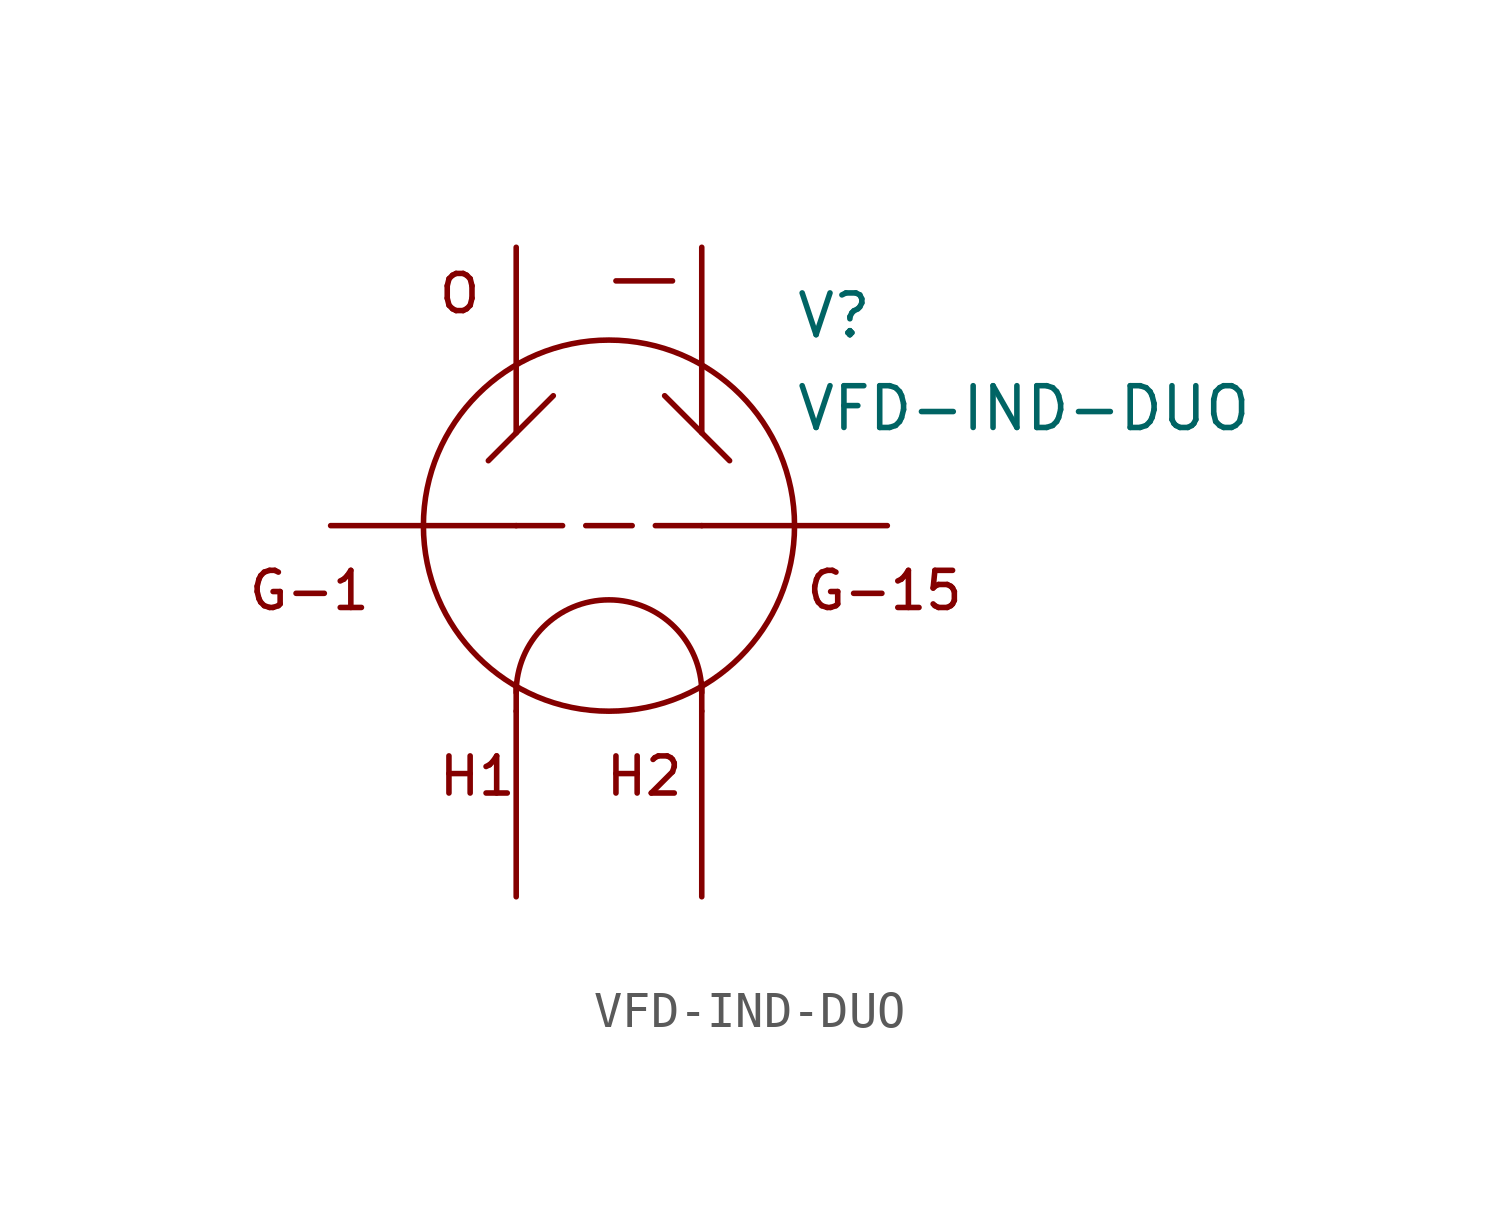
<source format=kicad_sym>
(kicad_symbol_lib
  (version 20211014)
  (generator kicad_symbol_editor)
  (symbol "VFD-IND-DUO"
    (pin_numbers hide)
    (pin_names
      (offset 1.016) hide)
    (property "Reference" "V"
      (at 5.08 5.08 0)
      (effects (font (size 1.143 1.143)) (justify left bottom)))
    (property "Value" "VFD-IND-DUO"
      (at 5.08 2.54 0)
      (effects (font (size 1.143 1.143)) (justify left bottom)))
    (property "ki_locked" ""
      (at 0 0 0)
      (effects (font (size 1.27 1.27))))
    (symbol "VFD-IND-DUO_1_0"
      (polyline (pts (xy -3.302 1.778) (xy -1.524 3.556)) (stroke (width 0) (type default) (color 0 0 0 0)) (fill (type none)))
      (polyline (pts (xy -2.54 -5.08) (xy -2.54 -4.318)) (stroke (width 0) (type default) (color 0 0 0 0)) (fill (type none)))
      (polyline (pts (xy -2.54 0) (xy -1.27 0)) (stroke (width 0) (type default) (color 0 0 0 0)) (fill (type none)))
      (polyline (pts (xy -0.635 0) (xy 0.635 0)) (stroke (width 0) (type default) (color 0 0 0 0)) (fill (type none)))
      (polyline (pts (xy 1.27 0) (xy 2.54 0)) (stroke (width 0) (type default) (color 0 0 0 0)) (fill (type none)))
      (polyline (pts (xy 1.524 3.556) (xy 3.302 1.778)) (stroke (width 0) (type default) (color 0 0 0 0)) (fill (type none)))
      (polyline (pts (xy 2.54 -5.08) (xy 2.54 -4.318)) (stroke (width 0) (type default) (color 0 0 0 0)) (fill (type none)))
      (text "-" (at 0.965 6.858 0) (effects (font (size 2.032 2.032))))
      (text "G-1" (at -8.204 -1.778 0) (effects (font (size 1.016 1.016))))
      (text "G-15" (at 7.544 -1.778 0) (effects (font (size 1.016 1.016))))
      (text "H1" (at -3.607 -6.858 0) (effects (font (size 1.016 1.016))))
      (text "H2" (at 0.965 -6.858 0) (effects (font (size 1.016 1.016))))
      (text "O" (at -4.089 6.35 0) (effects (font (size 1.016 1.016)))))
    (symbol "VFD-IND-DUO_1_1"
      (circle (center 0 0) (radius 5.08) (stroke (width 0) (type default) (color 0 0 0 0)) (fill (type none)))
      (arc (start 2.54 -4.572) (mid 0 -2.032) (end -2.54 -4.572) (stroke (width 0) (type default) (color 0 0 0 0)) (fill (type none)))
      (pin passive line (at 2.54 7.62 270) (length 5.08) (name "-" (effects (font (size 1.016 1.016)))) (number "-" (effects (font (size 1.016 1.016)))))
      (pin passive line (at -2.54 -10.16 90) (length 5.08) (name "H1" (effects (font (size 1.016 1.016)))) (number "F1" (effects (font (size 1.016 1.016)))))
      (pin passive line (at 2.54 -10.16 90) (length 5.08) (name "H2" (effects (font (size 1.016 1.016)))) (number "F2" (effects (font (size 1.016 1.016)))))
      (pin passive line (at -7.62 0 0) (length 5.08) (name "G1" (effects (font (size 1.016 1.016)))) (number "G" (effects (font (size 1.016 1.016)))))
      (pin passive line (at -2.54 7.62 270) (length 5.08) (name "O" (effects (font (size 1.016 1.016)))) (number "O" (effects (font (size 1.016 1.016)))))
      (pin passive line (at -2.54 -10.16 90) (length 5.08) hide (name "H1" (effects (font (size 1.016 1.016)))) (number "P$1" (effects (font (size 1.016 1.016)))))
      (pin passive line (at 2.54 -10.16 90) (length 5.08) hide (name "H2" (effects (font (size 1.016 1.016)))) (number "P$2" (effects (font (size 1.016 1.016)))))
      (pin passive line (at 7.62 0 180) (length 5.08) (name "G15" (effects (font (size 1.016 1.016)))) (number "P$3" (effects (font (size 1.016 1.016)))))
      (pin passive line (at -2.54 7.62 270) (length 5.08) hide (name "O" (effects (font (size 1.016 1.016)))) (number "P$4" (effects (font (size 1.016 1.016))))))))
</source>
